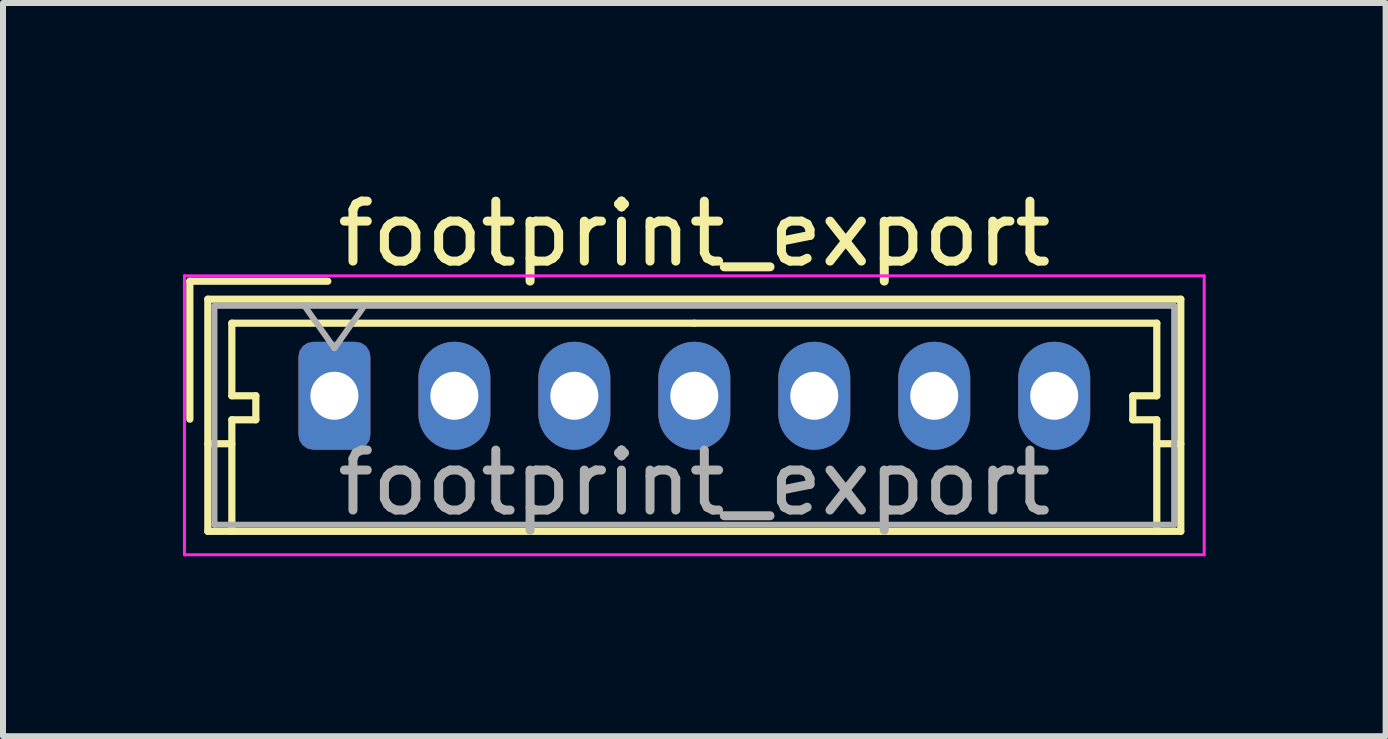
<source format=kicad_pcb>
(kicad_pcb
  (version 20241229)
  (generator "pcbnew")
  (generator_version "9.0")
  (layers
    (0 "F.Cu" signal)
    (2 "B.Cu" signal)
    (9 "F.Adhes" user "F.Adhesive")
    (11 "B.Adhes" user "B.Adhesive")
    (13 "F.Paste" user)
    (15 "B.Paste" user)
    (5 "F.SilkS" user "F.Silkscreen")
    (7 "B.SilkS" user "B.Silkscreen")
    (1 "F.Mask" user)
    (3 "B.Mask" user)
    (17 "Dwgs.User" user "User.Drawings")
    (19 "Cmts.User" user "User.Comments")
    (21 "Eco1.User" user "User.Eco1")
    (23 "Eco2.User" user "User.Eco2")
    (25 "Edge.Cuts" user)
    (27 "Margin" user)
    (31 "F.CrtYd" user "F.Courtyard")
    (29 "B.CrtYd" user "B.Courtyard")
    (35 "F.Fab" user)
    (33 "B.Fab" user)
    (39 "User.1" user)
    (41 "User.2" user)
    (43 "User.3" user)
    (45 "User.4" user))
  (footprint "footprint_export"
    (layer "F.Cu")
    (at 2.525 3.548)
    (property "Reference" "footprint_export" (at 6 -2.7 0) (layer "F.SilkS") (effects (font (size 1 1) (thickness 0.15))))
    (attr through_hole)
    (fp_line (start -2.41 -1.91) (end -2.41 0.39) (stroke (width 0.12) (type solid)) (layer "F.SilkS"))
    (fp_line (start -2.11 -1.61) (end -2.11 2.26) (stroke (width 0.12) (type solid)) (layer "F.SilkS"))
    (fp_line (start -2.11 0.8) (end -1.71 0.8) (stroke (width 0.12) (type solid)) (layer "F.SilkS"))
    (fp_line (start -2.11 2.26) (end 14.11 2.26) (stroke (width 0.12) (type solid)) (layer "F.SilkS"))
    (fp_line (start -1.71 -1.21) (end -1.71 0) (stroke (width 0.12) (type solid)) (layer "F.SilkS"))
    (fp_line (start -1.71 0) (end -1.31 0) (stroke (width 0.12) (type solid)) (layer "F.SilkS"))
    (fp_line (start -1.71 0.4) (end -1.71 2.26) (stroke (width 0.12) (type solid)) (layer "F.SilkS"))
    (fp_line (start -1.31 0) (end -1.31 0.4) (stroke (width 0.12) (type solid)) (layer "F.SilkS"))
    (fp_line (start -1.31 0.4) (end -1.71 0.4) (stroke (width 0.12) (type solid)) (layer "F.SilkS"))
    (fp_line (start -0.11 -1.91) (end -2.41 -1.91) (stroke (width 0.12) (type solid)) (layer "F.SilkS"))
    (fp_line (start 6 -1.21) (end -1.71 -1.21) (stroke (width 0.12) (type solid)) (layer "F.SilkS"))
    (fp_line (start 6 -1.21) (end 13.71 -1.21) (stroke (width 0.12) (type solid)) (layer "F.SilkS"))
    (fp_line (start 13.31 0) (end 13.31 0.4) (stroke (width 0.12) (type solid)) (layer "F.SilkS"))
    (fp_line (start 13.31 0.4) (end 13.71 0.4) (stroke (width 0.12) (type solid)) (layer "F.SilkS"))
    (fp_line (start 13.71 -1.21) (end 13.71 0) (stroke (width 0.12) (type solid)) (layer "F.SilkS"))
    (fp_line (start 13.71 0) (end 13.31 0) (stroke (width 0.12) (type solid)) (layer "F.SilkS"))
    (fp_line (start 13.71 0.4) (end 13.71 2.26) (stroke (width 0.12) (type solid)) (layer "F.SilkS"))
    (fp_line (start 14.11 -1.61) (end -2.11 -1.61) (stroke (width 0.12) (type solid)) (layer "F.SilkS"))
    (fp_line (start 14.11 0.8) (end 13.71 0.8) (stroke (width 0.12) (type solid)) (layer "F.SilkS"))
    (fp_line (start 14.11 2.26) (end 14.11 -1.61) (stroke (width 0.12) (type solid)) (layer "F.SilkS"))
    (fp_line (start -2.5 -2) (end -2.5 2.65) (stroke (width 0.05) (type solid)) (layer "F.CrtYd"))
    (fp_line (start -2.5 2.65) (end 14.5 2.65) (stroke (width 0.05) (type solid)) (layer "F.CrtYd"))
    (fp_line (start 14.5 -2) (end -2.5 -2) (stroke (width 0.05) (type solid)) (layer "F.CrtYd"))
    (fp_line (start 14.5 2.65) (end 14.5 -2) (stroke (width 0.05) (type solid)) (layer "F.CrtYd"))
    (fp_line (start -2 -1.5) (end -2 2.15) (stroke (width 0.1) (type solid)) (layer "F.Fab"))
    (fp_line (start -2 2.15) (end 14 2.15) (stroke (width 0.1) (type solid)) (layer "F.Fab"))
    (fp_line (start -0.5 -1.5) (end 0 -0.793) (stroke (width 0.1) (type solid)) (layer "F.Fab"))
    (fp_line (start 0 -0.793) (end 0.5 -1.5) (stroke (width 0.1) (type solid)) (layer "F.Fab"))
    (fp_line (start 14 -1.5) (end -2 -1.5) (stroke (width 0.1) (type solid)) (layer "F.Fab"))
    (fp_line (start 14 2.15) (end 14 -1.5) (stroke (width 0.1) (type solid)) (layer "F.Fab"))
    (fp_text user "${REFERENCE}" (at 6 1.45 0) (layer "F.Fab") (effects (font (size 1 1) (thickness 0.15))))
    (pad "1" thru_hole roundrect (at 0 0) (size 1.2 1.8) (drill 0.8) (layers "*.Cu" "*.Mask") (roundrect_rratio 0.208))
    (pad "2" thru_hole oval (at 2 0) (size 1.2 1.8) (drill 0.8) (layers "*.Cu" "*.Mask"))
    (pad "3" thru_hole oval (at 4 0) (size 1.2 1.8) (drill 0.8) (layers "*.Cu" "*.Mask"))
    (pad "4" thru_hole oval (at 6 0) (size 1.2 1.8) (drill 0.8) (layers "*.Cu" "*.Mask"))
    (pad "5" thru_hole oval (at 8 0) (size 1.2 1.8) (drill 0.8) (layers "*.Cu" "*.Mask"))
    (pad "6" thru_hole oval (at 10 0) (size 1.2 1.8) (drill 0.8) (layers "*.Cu" "*.Mask"))
    (pad "7" thru_hole oval (at 12 0) (size 1.2 1.8) (drill 0.8) (layers "*.Cu" "*.Mask")))
  (gr_rect
    (start -3 -3)
    (end 20.05 9.223)
    (stroke (width 0.1) (type default))
    (fill no)
    (layer "Edge.Cuts")))
</source>
